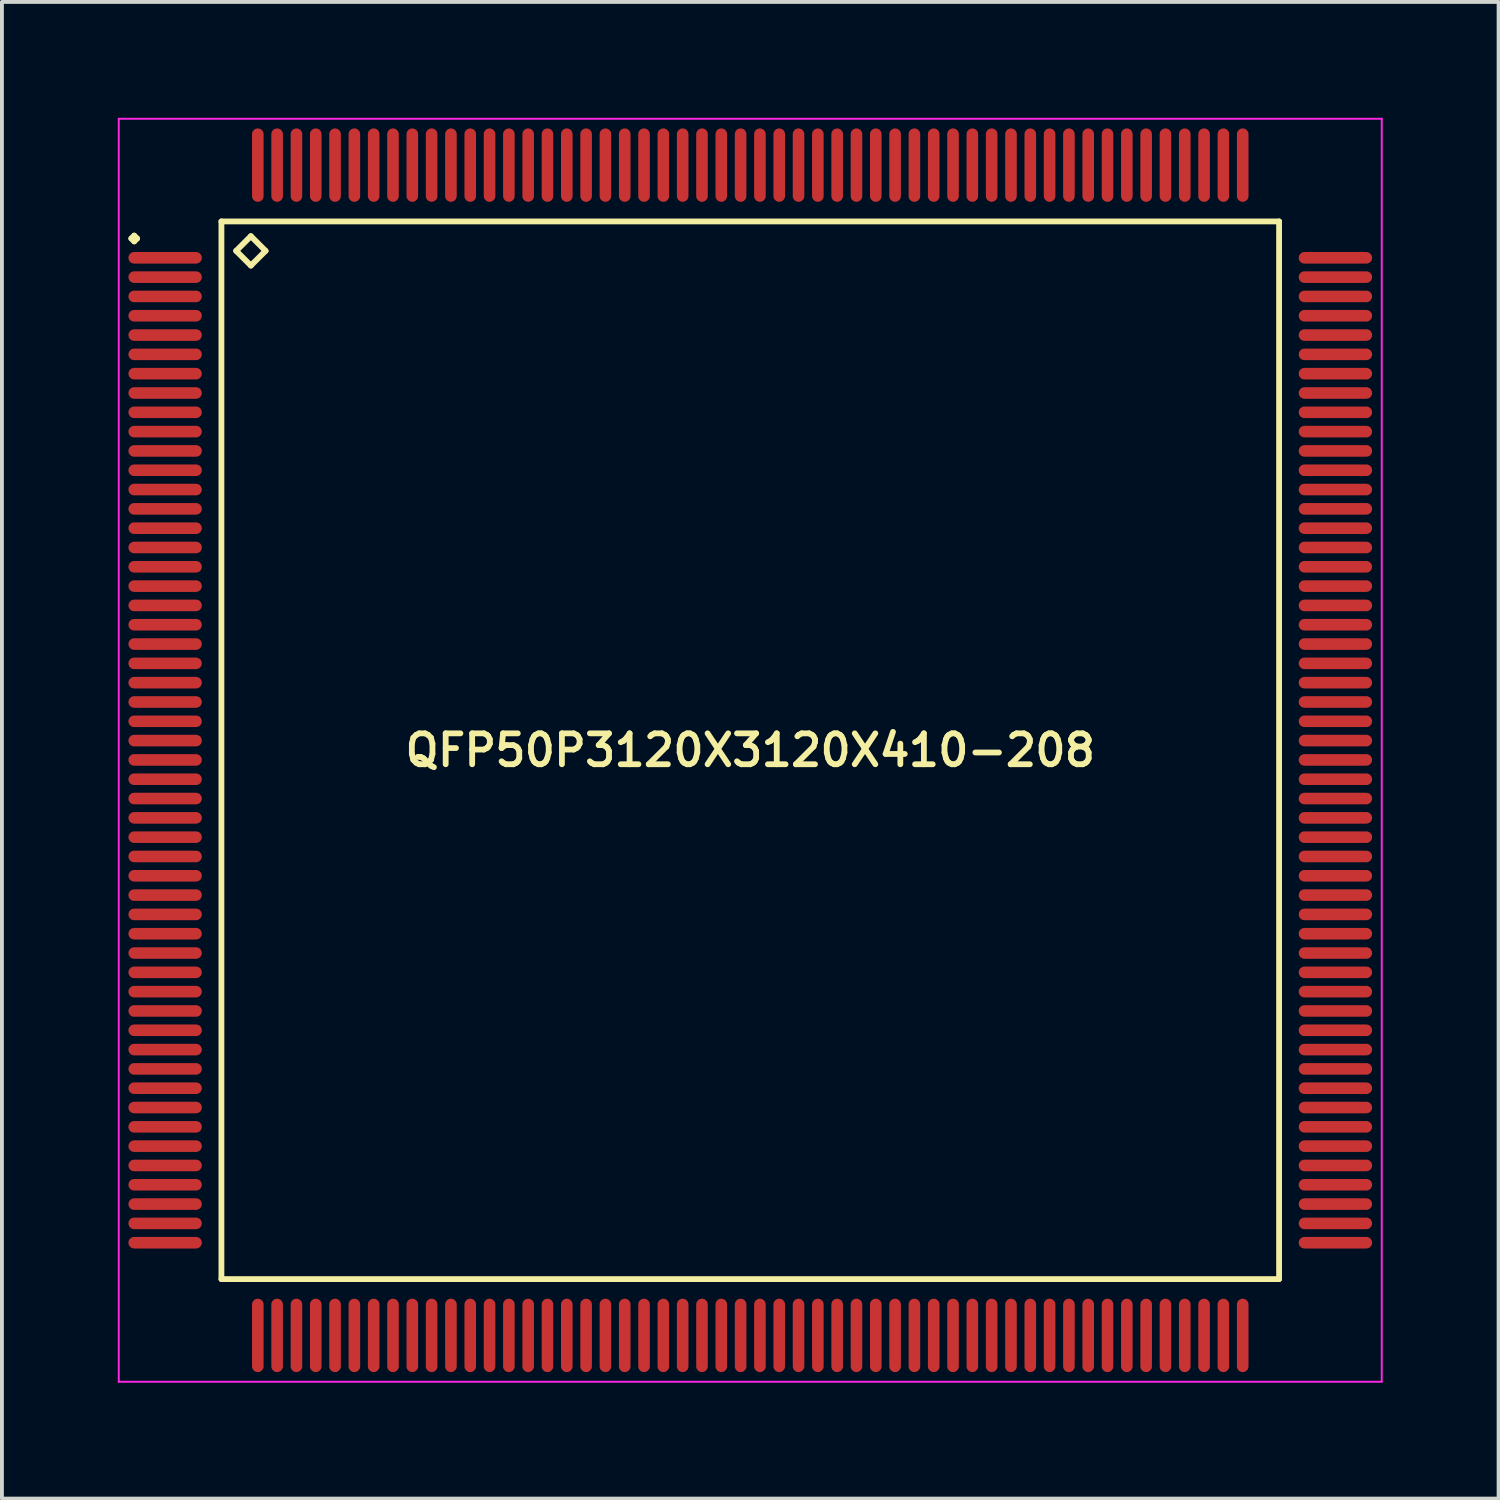
<source format=kicad_pcb>
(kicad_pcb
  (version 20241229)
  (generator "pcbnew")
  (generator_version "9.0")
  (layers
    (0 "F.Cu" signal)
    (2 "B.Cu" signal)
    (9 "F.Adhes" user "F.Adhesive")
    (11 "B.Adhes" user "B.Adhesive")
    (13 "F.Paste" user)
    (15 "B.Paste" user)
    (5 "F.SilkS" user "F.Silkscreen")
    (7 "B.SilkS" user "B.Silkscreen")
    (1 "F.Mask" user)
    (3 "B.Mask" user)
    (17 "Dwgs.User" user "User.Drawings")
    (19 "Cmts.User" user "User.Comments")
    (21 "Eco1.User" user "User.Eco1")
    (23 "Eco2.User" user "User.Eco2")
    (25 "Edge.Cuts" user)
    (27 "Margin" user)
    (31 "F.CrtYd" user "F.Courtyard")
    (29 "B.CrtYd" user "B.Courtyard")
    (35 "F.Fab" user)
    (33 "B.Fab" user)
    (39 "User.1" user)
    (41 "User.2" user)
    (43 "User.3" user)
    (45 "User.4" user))
  (footprint "QFP50P3120X3120X410-208"
    (layer "F.Cu")
    (at 16.375 16.375)
    (property "Reference" "QFP50P3120X3120X410-208" (at 0 0 0) (layer "F.SilkS") (effects (font (size 0.8 0.8) (thickness 0.15))))
    (attr smd)
    (fp_line (start -16.025 -13.25) (end -15.95 -13.325) (stroke (width 0.15) (type solid)) (layer "F.SilkS"))
    (fp_line (start -15.95 -13.325) (end -15.875 -13.25) (stroke (width 0.15) (type solid)) (layer "F.SilkS"))
    (fp_line (start -15.95 -13.175) (end -16.025 -13.25) (stroke (width 0.15) (type solid)) (layer "F.SilkS"))
    (fp_line (start -15.875 -13.25) (end -15.95 -13.175) (stroke (width 0.15) (type solid)) (layer "F.SilkS"))
    (fp_line (start -13.692 -13.692) (end -13.692 13.692) (stroke (width 0.15) (type solid)) (layer "F.SilkS"))
    (fp_line (start -13.692 13.692) (end 13.692 13.692) (stroke (width 0.15) (type solid)) (layer "F.SilkS"))
    (fp_line (start -13.311 -12.93) (end -12.93 -13.311) (stroke (width 0.15) (type solid)) (layer "F.SilkS"))
    (fp_line (start -12.93 -13.311) (end -12.549 -12.93) (stroke (width 0.15) (type solid)) (layer "F.SilkS"))
    (fp_line (start -12.93 -12.549) (end -13.311 -12.93) (stroke (width 0.15) (type solid)) (layer "F.SilkS"))
    (fp_line (start -12.549 -12.93) (end -12.93 -12.549) (stroke (width 0.15) (type solid)) (layer "F.SilkS"))
    (fp_line (start 13.692 -13.692) (end -13.692 -13.692) (stroke (width 0.15) (type solid)) (layer "F.SilkS"))
    (fp_line (start 13.692 13.692) (end 13.692 -13.692) (stroke (width 0.15) (type solid)) (layer "F.SilkS"))
    (fp_line (start -16.35 -16.35) (end 16.35 -16.35) (stroke (width 0.05) (type solid)) (layer "F.CrtYd"))
    (fp_line (start -16.35 16.35) (end -16.35 -16.35) (stroke (width 0.05) (type solid)) (layer "F.CrtYd"))
    (fp_line (start 16.35 -16.35) (end 16.35 16.35) (stroke (width 0.05) (type solid)) (layer "F.CrtYd"))
    (fp_line (start 16.35 16.35) (end -16.35 16.35) (stroke (width 0.05) (type solid)) (layer "F.CrtYd"))
    (pad "1" smd oval (at -15.15 -12.75) (size 1.9 0.3) (layers "F.Cu" "F.Mask" "F.Paste"))
    (pad "2" smd oval (at -15.15 -12.25) (size 1.9 0.3) (layers "F.Cu" "F.Mask" "F.Paste"))
    (pad "3" smd oval (at -15.15 -11.75) (size 1.9 0.3) (layers "F.Cu" "F.Mask" "F.Paste"))
    (pad "4" smd oval (at -15.15 -11.25) (size 1.9 0.3) (layers "F.Cu" "F.Mask" "F.Paste"))
    (pad "5" smd oval (at -15.15 -10.75) (size 1.9 0.3) (layers "F.Cu" "F.Mask" "F.Paste"))
    (pad "6" smd oval (at -15.15 -10.25) (size 1.9 0.3) (layers "F.Cu" "F.Mask" "F.Paste"))
    (pad "7" smd oval (at -15.15 -9.75) (size 1.9 0.3) (layers "F.Cu" "F.Mask" "F.Paste"))
    (pad "8" smd oval (at -15.15 -9.25) (size 1.9 0.3) (layers "F.Cu" "F.Mask" "F.Paste"))
    (pad "9" smd oval (at -15.15 -8.75) (size 1.9 0.3) (layers "F.Cu" "F.Mask" "F.Paste"))
    (pad "10" smd oval (at -15.15 -8.25) (size 1.9 0.3) (layers "F.Cu" "F.Mask" "F.Paste"))
    (pad "11" smd oval (at -15.15 -7.75) (size 1.9 0.3) (layers "F.Cu" "F.Mask" "F.Paste"))
    (pad "12" smd oval (at -15.15 -7.25) (size 1.9 0.3) (layers "F.Cu" "F.Mask" "F.Paste"))
    (pad "13" smd oval (at -15.15 -6.75) (size 1.9 0.3) (layers "F.Cu" "F.Mask" "F.Paste"))
    (pad "14" smd oval (at -15.15 -6.25) (size 1.9 0.3) (layers "F.Cu" "F.Mask" "F.Paste"))
    (pad "15" smd oval (at -15.15 -5.75) (size 1.9 0.3) (layers "F.Cu" "F.Mask" "F.Paste"))
    (pad "16" smd oval (at -15.15 -5.25) (size 1.9 0.3) (layers "F.Cu" "F.Mask" "F.Paste"))
    (pad "17" smd oval (at -15.15 -4.75) (size 1.9 0.3) (layers "F.Cu" "F.Mask" "F.Paste"))
    (pad "18" smd oval (at -15.15 -4.25) (size 1.9 0.3) (layers "F.Cu" "F.Mask" "F.Paste"))
    (pad "19" smd oval (at -15.15 -3.75) (size 1.9 0.3) (layers "F.Cu" "F.Mask" "F.Paste"))
    (pad "20" smd oval (at -15.15 -3.25) (size 1.9 0.3) (layers "F.Cu" "F.Mask" "F.Paste"))
    (pad "21" smd oval (at -15.15 -2.75) (size 1.9 0.3) (layers "F.Cu" "F.Mask" "F.Paste"))
    (pad "22" smd oval (at -15.15 -2.25) (size 1.9 0.3) (layers "F.Cu" "F.Mask" "F.Paste"))
    (pad "23" smd oval (at -15.15 -1.75) (size 1.9 0.3) (layers "F.Cu" "F.Mask" "F.Paste"))
    (pad "24" smd oval (at -15.15 -1.25) (size 1.9 0.3) (layers "F.Cu" "F.Mask" "F.Paste"))
    (pad "25" smd oval (at -15.15 -0.75) (size 1.9 0.3) (layers "F.Cu" "F.Mask" "F.Paste"))
    (pad "26" smd oval (at -15.15 -0.25) (size 1.9 0.3) (layers "F.Cu" "F.Mask" "F.Paste"))
    (pad "27" smd oval (at -15.15 0.25) (size 1.9 0.3) (layers "F.Cu" "F.Mask" "F.Paste"))
    (pad "28" smd oval (at -15.15 0.75) (size 1.9 0.3) (layers "F.Cu" "F.Mask" "F.Paste"))
    (pad "29" smd oval (at -15.15 1.25) (size 1.9 0.3) (layers "F.Cu" "F.Mask" "F.Paste"))
    (pad "30" smd oval (at -15.15 1.75) (size 1.9 0.3) (layers "F.Cu" "F.Mask" "F.Paste"))
    (pad "31" smd oval (at -15.15 2.25) (size 1.9 0.3) (layers "F.Cu" "F.Mask" "F.Paste"))
    (pad "32" smd oval (at -15.15 2.75) (size 1.9 0.3) (layers "F.Cu" "F.Mask" "F.Paste"))
    (pad "33" smd oval (at -15.15 3.25) (size 1.9 0.3) (layers "F.Cu" "F.Mask" "F.Paste"))
    (pad "34" smd oval (at -15.15 3.75) (size 1.9 0.3) (layers "F.Cu" "F.Mask" "F.Paste"))
    (pad "35" smd oval (at -15.15 4.25) (size 1.9 0.3) (layers "F.Cu" "F.Mask" "F.Paste"))
    (pad "36" smd oval (at -15.15 4.75) (size 1.9 0.3) (layers "F.Cu" "F.Mask" "F.Paste"))
    (pad "37" smd oval (at -15.15 5.25) (size 1.9 0.3) (layers "F.Cu" "F.Mask" "F.Paste"))
    (pad "38" smd oval (at -15.15 5.75) (size 1.9 0.3) (layers "F.Cu" "F.Mask" "F.Paste"))
    (pad "39" smd oval (at -15.15 6.25) (size 1.9 0.3) (layers "F.Cu" "F.Mask" "F.Paste"))
    (pad "40" smd oval (at -15.15 6.75) (size 1.9 0.3) (layers "F.Cu" "F.Mask" "F.Paste"))
    (pad "41" smd oval (at -15.15 7.25) (size 1.9 0.3) (layers "F.Cu" "F.Mask" "F.Paste"))
    (pad "42" smd oval (at -15.15 7.75) (size 1.9 0.3) (layers "F.Cu" "F.Mask" "F.Paste"))
    (pad "43" smd oval (at -15.15 8.25) (size 1.9 0.3) (layers "F.Cu" "F.Mask" "F.Paste"))
    (pad "44" smd oval (at -15.15 8.75) (size 1.9 0.3) (layers "F.Cu" "F.Mask" "F.Paste"))
    (pad "45" smd oval (at -15.15 9.25) (size 1.9 0.3) (layers "F.Cu" "F.Mask" "F.Paste"))
    (pad "46" smd oval (at -15.15 9.75) (size 1.9 0.3) (layers "F.Cu" "F.Mask" "F.Paste"))
    (pad "47" smd oval (at -15.15 10.25) (size 1.9 0.3) (layers "F.Cu" "F.Mask" "F.Paste"))
    (pad "48" smd oval (at -15.15 10.75) (size 1.9 0.3) (layers "F.Cu" "F.Mask" "F.Paste"))
    (pad "49" smd oval (at -15.15 11.25) (size 1.9 0.3) (layers "F.Cu" "F.Mask" "F.Paste"))
    (pad "50" smd oval (at -15.15 11.75) (size 1.9 0.3) (layers "F.Cu" "F.Mask" "F.Paste"))
    (pad "51" smd oval (at -15.15 12.25) (size 1.9 0.3) (layers "F.Cu" "F.Mask" "F.Paste"))
    (pad "52" smd oval (at -15.15 12.75) (size 1.9 0.3) (layers "F.Cu" "F.Mask" "F.Paste"))
    (pad "53" smd oval (at -12.75 15.15) (size 0.3 1.9) (layers "F.Cu" "F.Mask" "F.Paste"))
    (pad "54" smd oval (at -12.25 15.15) (size 0.3 1.9) (layers "F.Cu" "F.Mask" "F.Paste"))
    (pad "55" smd oval (at -11.75 15.15) (size 0.3 1.9) (layers "F.Cu" "F.Mask" "F.Paste"))
    (pad "56" smd oval (at -11.25 15.15) (size 0.3 1.9) (layers "F.Cu" "F.Mask" "F.Paste"))
    (pad "57" smd oval (at -10.75 15.15) (size 0.3 1.9) (layers "F.Cu" "F.Mask" "F.Paste"))
    (pad "58" smd oval (at -10.25 15.15) (size 0.3 1.9) (layers "F.Cu" "F.Mask" "F.Paste"))
    (pad "59" smd oval (at -9.75 15.15) (size 0.3 1.9) (layers "F.Cu" "F.Mask" "F.Paste"))
    (pad "60" smd oval (at -9.25 15.15) (size 0.3 1.9) (layers "F.Cu" "F.Mask" "F.Paste"))
    (pad "61" smd oval (at -8.75 15.15) (size 0.3 1.9) (layers "F.Cu" "F.Mask" "F.Paste"))
    (pad "62" smd oval (at -8.25 15.15) (size 0.3 1.9) (layers "F.Cu" "F.Mask" "F.Paste"))
    (pad "63" smd oval (at -7.75 15.15) (size 0.3 1.9) (layers "F.Cu" "F.Mask" "F.Paste"))
    (pad "64" smd oval (at -7.25 15.15) (size 0.3 1.9) (layers "F.Cu" "F.Mask" "F.Paste"))
    (pad "65" smd oval (at -6.75 15.15) (size 0.3 1.9) (layers "F.Cu" "F.Mask" "F.Paste"))
    (pad "66" smd oval (at -6.25 15.15) (size 0.3 1.9) (layers "F.Cu" "F.Mask" "F.Paste"))
    (pad "67" smd oval (at -5.75 15.15) (size 0.3 1.9) (layers "F.Cu" "F.Mask" "F.Paste"))
    (pad "68" smd oval (at -5.25 15.15) (size 0.3 1.9) (layers "F.Cu" "F.Mask" "F.Paste"))
    (pad "69" smd oval (at -4.75 15.15) (size 0.3 1.9) (layers "F.Cu" "F.Mask" "F.Paste"))
    (pad "70" smd oval (at -4.25 15.15) (size 0.3 1.9) (layers "F.Cu" "F.Mask" "F.Paste"))
    (pad "71" smd oval (at -3.75 15.15) (size 0.3 1.9) (layers "F.Cu" "F.Mask" "F.Paste"))
    (pad "72" smd oval (at -3.25 15.15) (size 0.3 1.9) (layers "F.Cu" "F.Mask" "F.Paste"))
    (pad "73" smd oval (at -2.75 15.15) (size 0.3 1.9) (layers "F.Cu" "F.Mask" "F.Paste"))
    (pad "74" smd oval (at -2.25 15.15) (size 0.3 1.9) (layers "F.Cu" "F.Mask" "F.Paste"))
    (pad "75" smd oval (at -1.75 15.15) (size 0.3 1.9) (layers "F.Cu" "F.Mask" "F.Paste"))
    (pad "76" smd oval (at -1.25 15.15) (size 0.3 1.9) (layers "F.Cu" "F.Mask" "F.Paste"))
    (pad "77" smd oval (at -0.75 15.15) (size 0.3 1.9) (layers "F.Cu" "F.Mask" "F.Paste"))
    (pad "78" smd oval (at -0.25 15.15) (size 0.3 1.9) (layers "F.Cu" "F.Mask" "F.Paste"))
    (pad "79" smd oval (at 0.25 15.15) (size 0.3 1.9) (layers "F.Cu" "F.Mask" "F.Paste"))
    (pad "80" smd oval (at 0.75 15.15) (size 0.3 1.9) (layers "F.Cu" "F.Mask" "F.Paste"))
    (pad "81" smd oval (at 1.25 15.15) (size 0.3 1.9) (layers "F.Cu" "F.Mask" "F.Paste"))
    (pad "82" smd oval (at 1.75 15.15) (size 0.3 1.9) (layers "F.Cu" "F.Mask" "F.Paste"))
    (pad "83" smd oval (at 2.25 15.15) (size 0.3 1.9) (layers "F.Cu" "F.Mask" "F.Paste"))
    (pad "84" smd oval (at 2.75 15.15) (size 0.3 1.9) (layers "F.Cu" "F.Mask" "F.Paste"))
    (pad "85" smd oval (at 3.25 15.15) (size 0.3 1.9) (layers "F.Cu" "F.Mask" "F.Paste"))
    (pad "86" smd oval (at 3.75 15.15) (size 0.3 1.9) (layers "F.Cu" "F.Mask" "F.Paste"))
    (pad "87" smd oval (at 4.25 15.15) (size 0.3 1.9) (layers "F.Cu" "F.Mask" "F.Paste"))
    (pad "88" smd oval (at 4.75 15.15) (size 0.3 1.9) (layers "F.Cu" "F.Mask" "F.Paste"))
    (pad "89" smd oval (at 5.25 15.15) (size 0.3 1.9) (layers "F.Cu" "F.Mask" "F.Paste"))
    (pad "90" smd oval (at 5.75 15.15) (size 0.3 1.9) (layers "F.Cu" "F.Mask" "F.Paste"))
    (pad "91" smd oval (at 6.25 15.15) (size 0.3 1.9) (layers "F.Cu" "F.Mask" "F.Paste"))
    (pad "92" smd oval (at 6.75 15.15) (size 0.3 1.9) (layers "F.Cu" "F.Mask" "F.Paste"))
    (pad "93" smd oval (at 7.25 15.15) (size 0.3 1.9) (layers "F.Cu" "F.Mask" "F.Paste"))
    (pad "94" smd oval (at 7.75 15.15) (size 0.3 1.9) (layers "F.Cu" "F.Mask" "F.Paste"))
    (pad "95" smd oval (at 8.25 15.15) (size 0.3 1.9) (layers "F.Cu" "F.Mask" "F.Paste"))
    (pad "96" smd oval (at 8.75 15.15) (size 0.3 1.9) (layers "F.Cu" "F.Mask" "F.Paste"))
    (pad "97" smd oval (at 9.25 15.15) (size 0.3 1.9) (layers "F.Cu" "F.Mask" "F.Paste"))
    (pad "98" smd oval (at 9.75 15.15) (size 0.3 1.9) (layers "F.Cu" "F.Mask" "F.Paste"))
    (pad "99" smd oval (at 10.25 15.15) (size 0.3 1.9) (layers "F.Cu" "F.Mask" "F.Paste"))
    (pad "100" smd oval (at 10.75 15.15) (size 0.3 1.9) (layers "F.Cu" "F.Mask" "F.Paste"))
    (pad "101" smd oval (at 11.25 15.15) (size 0.3 1.9) (layers "F.Cu" "F.Mask" "F.Paste"))
    (pad "102" smd oval (at 11.75 15.15) (size 0.3 1.9) (layers "F.Cu" "F.Mask" "F.Paste"))
    (pad "103" smd oval (at 12.25 15.15) (size 0.3 1.9) (layers "F.Cu" "F.Mask" "F.Paste"))
    (pad "104" smd oval (at 12.75 15.15) (size 0.3 1.9) (layers "F.Cu" "F.Mask" "F.Paste"))
    (pad "105" smd oval (at 15.15 12.75) (size 1.9 0.3) (layers "F.Cu" "F.Mask" "F.Paste"))
    (pad "106" smd oval (at 15.15 12.25) (size 1.9 0.3) (layers "F.Cu" "F.Mask" "F.Paste"))
    (pad "107" smd oval (at 15.15 11.75) (size 1.9 0.3) (layers "F.Cu" "F.Mask" "F.Paste"))
    (pad "108" smd oval (at 15.15 11.25) (size 1.9 0.3) (layers "F.Cu" "F.Mask" "F.Paste"))
    (pad "109" smd oval (at 15.15 10.75) (size 1.9 0.3) (layers "F.Cu" "F.Mask" "F.Paste"))
    (pad "110" smd oval (at 15.15 10.25) (size 1.9 0.3) (layers "F.Cu" "F.Mask" "F.Paste"))
    (pad "111" smd oval (at 15.15 9.75) (size 1.9 0.3) (layers "F.Cu" "F.Mask" "F.Paste"))
    (pad "112" smd oval (at 15.15 9.25) (size 1.9 0.3) (layers "F.Cu" "F.Mask" "F.Paste"))
    (pad "113" smd oval (at 15.15 8.75) (size 1.9 0.3) (layers "F.Cu" "F.Mask" "F.Paste"))
    (pad "114" smd oval (at 15.15 8.25) (size 1.9 0.3) (layers "F.Cu" "F.Mask" "F.Paste"))
    (pad "115" smd oval (at 15.15 7.75) (size 1.9 0.3) (layers "F.Cu" "F.Mask" "F.Paste"))
    (pad "116" smd oval (at 15.15 7.25) (size 1.9 0.3) (layers "F.Cu" "F.Mask" "F.Paste"))
    (pad "117" smd oval (at 15.15 6.75) (size 1.9 0.3) (layers "F.Cu" "F.Mask" "F.Paste"))
    (pad "118" smd oval (at 15.15 6.25) (size 1.9 0.3) (layers "F.Cu" "F.Mask" "F.Paste"))
    (pad "119" smd oval (at 15.15 5.75) (size 1.9 0.3) (layers "F.Cu" "F.Mask" "F.Paste"))
    (pad "120" smd oval (at 15.15 5.25) (size 1.9 0.3) (layers "F.Cu" "F.Mask" "F.Paste"))
    (pad "121" smd oval (at 15.15 4.75) (size 1.9 0.3) (layers "F.Cu" "F.Mask" "F.Paste"))
    (pad "122" smd oval (at 15.15 4.25) (size 1.9 0.3) (layers "F.Cu" "F.Mask" "F.Paste"))
    (pad "123" smd oval (at 15.15 3.75) (size 1.9 0.3) (layers "F.Cu" "F.Mask" "F.Paste"))
    (pad "124" smd oval (at 15.15 3.25) (size 1.9 0.3) (layers "F.Cu" "F.Mask" "F.Paste"))
    (pad "125" smd oval (at 15.15 2.75) (size 1.9 0.3) (layers "F.Cu" "F.Mask" "F.Paste"))
    (pad "126" smd oval (at 15.15 2.25) (size 1.9 0.3) (layers "F.Cu" "F.Mask" "F.Paste"))
    (pad "127" smd oval (at 15.15 1.75) (size 1.9 0.3) (layers "F.Cu" "F.Mask" "F.Paste"))
    (pad "128" smd oval (at 15.15 1.25) (size 1.9 0.3) (layers "F.Cu" "F.Mask" "F.Paste"))
    (pad "129" smd oval (at 15.15 0.75) (size 1.9 0.3) (layers "F.Cu" "F.Mask" "F.Paste"))
    (pad "130" smd oval (at 15.15 0.25) (size 1.9 0.3) (layers "F.Cu" "F.Mask" "F.Paste"))
    (pad "131" smd oval (at 15.15 -0.25) (size 1.9 0.3) (layers "F.Cu" "F.Mask" "F.Paste"))
    (pad "132" smd oval (at 15.15 -0.75) (size 1.9 0.3) (layers "F.Cu" "F.Mask" "F.Paste"))
    (pad "133" smd oval (at 15.15 -1.25) (size 1.9 0.3) (layers "F.Cu" "F.Mask" "F.Paste"))
    (pad "134" smd oval (at 15.15 -1.75) (size 1.9 0.3) (layers "F.Cu" "F.Mask" "F.Paste"))
    (pad "135" smd oval (at 15.15 -2.25) (size 1.9 0.3) (layers "F.Cu" "F.Mask" "F.Paste"))
    (pad "136" smd oval (at 15.15 -2.75) (size 1.9 0.3) (layers "F.Cu" "F.Mask" "F.Paste"))
    (pad "137" smd oval (at 15.15 -3.25) (size 1.9 0.3) (layers "F.Cu" "F.Mask" "F.Paste"))
    (pad "138" smd oval (at 15.15 -3.75) (size 1.9 0.3) (layers "F.Cu" "F.Mask" "F.Paste"))
    (pad "139" smd oval (at 15.15 -4.25) (size 1.9 0.3) (layers "F.Cu" "F.Mask" "F.Paste"))
    (pad "140" smd oval (at 15.15 -4.75) (size 1.9 0.3) (layers "F.Cu" "F.Mask" "F.Paste"))
    (pad "141" smd oval (at 15.15 -5.25) (size 1.9 0.3) (layers "F.Cu" "F.Mask" "F.Paste"))
    (pad "142" smd oval (at 15.15 -5.75) (size 1.9 0.3) (layers "F.Cu" "F.Mask" "F.Paste"))
    (pad "143" smd oval (at 15.15 -6.25) (size 1.9 0.3) (layers "F.Cu" "F.Mask" "F.Paste"))
    (pad "144" smd oval (at 15.15 -6.75) (size 1.9 0.3) (layers "F.Cu" "F.Mask" "F.Paste"))
    (pad "145" smd oval (at 15.15 -7.25) (size 1.9 0.3) (layers "F.Cu" "F.Mask" "F.Paste"))
    (pad "146" smd oval (at 15.15 -7.75) (size 1.9 0.3) (layers "F.Cu" "F.Mask" "F.Paste"))
    (pad "147" smd oval (at 15.15 -8.25) (size 1.9 0.3) (layers "F.Cu" "F.Mask" "F.Paste"))
    (pad "148" smd oval (at 15.15 -8.75) (size 1.9 0.3) (layers "F.Cu" "F.Mask" "F.Paste"))
    (pad "149" smd oval (at 15.15 -9.25) (size 1.9 0.3) (layers "F.Cu" "F.Mask" "F.Paste"))
    (pad "150" smd oval (at 15.15 -9.75) (size 1.9 0.3) (layers "F.Cu" "F.Mask" "F.Paste"))
    (pad "151" smd oval (at 15.15 -10.25) (size 1.9 0.3) (layers "F.Cu" "F.Mask" "F.Paste"))
    (pad "152" smd oval (at 15.15 -10.75) (size 1.9 0.3) (layers "F.Cu" "F.Mask" "F.Paste"))
    (pad "153" smd oval (at 15.15 -11.25) (size 1.9 0.3) (layers "F.Cu" "F.Mask" "F.Paste"))
    (pad "154" smd oval (at 15.15 -11.75) (size 1.9 0.3) (layers "F.Cu" "F.Mask" "F.Paste"))
    (pad "155" smd oval (at 15.15 -12.25) (size 1.9 0.3) (layers "F.Cu" "F.Mask" "F.Paste"))
    (pad "156" smd oval (at 15.15 -12.75) (size 1.9 0.3) (layers "F.Cu" "F.Mask" "F.Paste"))
    (pad "157" smd oval (at 12.75 -15.15) (size 0.3 1.9) (layers "F.Cu" "F.Mask" "F.Paste"))
    (pad "158" smd oval (at 12.25 -15.15) (size 0.3 1.9) (layers "F.Cu" "F.Mask" "F.Paste"))
    (pad "159" smd oval (at 11.75 -15.15) (size 0.3 1.9) (layers "F.Cu" "F.Mask" "F.Paste"))
    (pad "160" smd oval (at 11.25 -15.15) (size 0.3 1.9) (layers "F.Cu" "F.Mask" "F.Paste"))
    (pad "161" smd oval (at 10.75 -15.15) (size 0.3 1.9) (layers "F.Cu" "F.Mask" "F.Paste"))
    (pad "162" smd oval (at 10.25 -15.15) (size 0.3 1.9) (layers "F.Cu" "F.Mask" "F.Paste"))
    (pad "163" smd oval (at 9.75 -15.15) (size 0.3 1.9) (layers "F.Cu" "F.Mask" "F.Paste"))
    (pad "164" smd oval (at 9.25 -15.15) (size 0.3 1.9) (layers "F.Cu" "F.Mask" "F.Paste"))
    (pad "165" smd oval (at 8.75 -15.15) (size 0.3 1.9) (layers "F.Cu" "F.Mask" "F.Paste"))
    (pad "166" smd oval (at 8.25 -15.15) (size 0.3 1.9) (layers "F.Cu" "F.Mask" "F.Paste"))
    (pad "167" smd oval (at 7.75 -15.15) (size 0.3 1.9) (layers "F.Cu" "F.Mask" "F.Paste"))
    (pad "168" smd oval (at 7.25 -15.15) (size 0.3 1.9) (layers "F.Cu" "F.Mask" "F.Paste"))
    (pad "169" smd oval (at 6.75 -15.15) (size 0.3 1.9) (layers "F.Cu" "F.Mask" "F.Paste"))
    (pad "170" smd oval (at 6.25 -15.15) (size 0.3 1.9) (layers "F.Cu" "F.Mask" "F.Paste"))
    (pad "171" smd oval (at 5.75 -15.15) (size 0.3 1.9) (layers "F.Cu" "F.Mask" "F.Paste"))
    (pad "172" smd oval (at 5.25 -15.15) (size 0.3 1.9) (layers "F.Cu" "F.Mask" "F.Paste"))
    (pad "173" smd oval (at 4.75 -15.15) (size 0.3 1.9) (layers "F.Cu" "F.Mask" "F.Paste"))
    (pad "174" smd oval (at 4.25 -15.15) (size 0.3 1.9) (layers "F.Cu" "F.Mask" "F.Paste"))
    (pad "175" smd oval (at 3.75 -15.15) (size 0.3 1.9) (layers "F.Cu" "F.Mask" "F.Paste"))
    (pad "176" smd oval (at 3.25 -15.15) (size 0.3 1.9) (layers "F.Cu" "F.Mask" "F.Paste"))
    (pad "177" smd oval (at 2.75 -15.15) (size 0.3 1.9) (layers "F.Cu" "F.Mask" "F.Paste"))
    (pad "178" smd oval (at 2.25 -15.15) (size 0.3 1.9) (layers "F.Cu" "F.Mask" "F.Paste"))
    (pad "179" smd oval (at 1.75 -15.15) (size 0.3 1.9) (layers "F.Cu" "F.Mask" "F.Paste"))
    (pad "180" smd oval (at 1.25 -15.15) (size 0.3 1.9) (layers "F.Cu" "F.Mask" "F.Paste"))
    (pad "181" smd oval (at 0.75 -15.15) (size 0.3 1.9) (layers "F.Cu" "F.Mask" "F.Paste"))
    (pad "182" smd oval (at 0.25 -15.15) (size 0.3 1.9) (layers "F.Cu" "F.Mask" "F.Paste"))
    (pad "183" smd oval (at -0.25 -15.15) (size 0.3 1.9) (layers "F.Cu" "F.Mask" "F.Paste"))
    (pad "184" smd oval (at -0.75 -15.15) (size 0.3 1.9) (layers "F.Cu" "F.Mask" "F.Paste"))
    (pad "185" smd oval (at -1.25 -15.15) (size 0.3 1.9) (layers "F.Cu" "F.Mask" "F.Paste"))
    (pad "186" smd oval (at -1.75 -15.15) (size 0.3 1.9) (layers "F.Cu" "F.Mask" "F.Paste"))
    (pad "187" smd oval (at -2.25 -15.15) (size 0.3 1.9) (layers "F.Cu" "F.Mask" "F.Paste"))
    (pad "188" smd oval (at -2.75 -15.15) (size 0.3 1.9) (layers "F.Cu" "F.Mask" "F.Paste"))
    (pad "189" smd oval (at -3.25 -15.15) (size 0.3 1.9) (layers "F.Cu" "F.Mask" "F.Paste"))
    (pad "190" smd oval (at -3.75 -15.15) (size 0.3 1.9) (layers "F.Cu" "F.Mask" "F.Paste"))
    (pad "191" smd oval (at -4.25 -15.15) (size 0.3 1.9) (layers "F.Cu" "F.Mask" "F.Paste"))
    (pad "192" smd oval (at -4.75 -15.15) (size 0.3 1.9) (layers "F.Cu" "F.Mask" "F.Paste"))
    (pad "193" smd oval (at -5.25 -15.15) (size 0.3 1.9) (layers "F.Cu" "F.Mask" "F.Paste"))
    (pad "194" smd oval (at -5.75 -15.15) (size 0.3 1.9) (layers "F.Cu" "F.Mask" "F.Paste"))
    (pad "195" smd oval (at -6.25 -15.15) (size 0.3 1.9) (layers "F.Cu" "F.Mask" "F.Paste"))
    (pad "196" smd oval (at -6.75 -15.15) (size 0.3 1.9) (layers "F.Cu" "F.Mask" "F.Paste"))
    (pad "197" smd oval (at -7.25 -15.15) (size 0.3 1.9) (layers "F.Cu" "F.Mask" "F.Paste"))
    (pad "198" smd oval (at -7.75 -15.15) (size 0.3 1.9) (layers "F.Cu" "F.Mask" "F.Paste"))
    (pad "199" smd oval (at -8.25 -15.15) (size 0.3 1.9) (layers "F.Cu" "F.Mask" "F.Paste"))
    (pad "200" smd oval (at -8.75 -15.15) (size 0.3 1.9) (layers "F.Cu" "F.Mask" "F.Paste"))
    (pad "201" smd oval (at -9.25 -15.15) (size 0.3 1.9) (layers "F.Cu" "F.Mask" "F.Paste"))
    (pad "202" smd oval (at -9.75 -15.15) (size 0.3 1.9) (layers "F.Cu" "F.Mask" "F.Paste"))
    (pad "203" smd oval (at -10.25 -15.15) (size 0.3 1.9) (layers "F.Cu" "F.Mask" "F.Paste"))
    (pad "204" smd oval (at -10.75 -15.15) (size 0.3 1.9) (layers "F.Cu" "F.Mask" "F.Paste"))
    (pad "205" smd oval (at -11.25 -15.15) (size 0.3 1.9) (layers "F.Cu" "F.Mask" "F.Paste"))
    (pad "206" smd oval (at -11.75 -15.15) (size 0.3 1.9) (layers "F.Cu" "F.Mask" "F.Paste"))
    (pad "207" smd oval (at -12.25 -15.15) (size 0.3 1.9) (layers "F.Cu" "F.Mask" "F.Paste"))
    (pad "208" smd oval (at -12.75 -15.15) (size 0.3 1.9) (layers "F.Cu" "F.Mask" "F.Paste")))
  (gr_rect
    (start -3 -3)
    (end 35.75 35.75)
    (stroke (width 0.1) (type default))
    (fill no)
    (layer "Edge.Cuts")))
</source>
